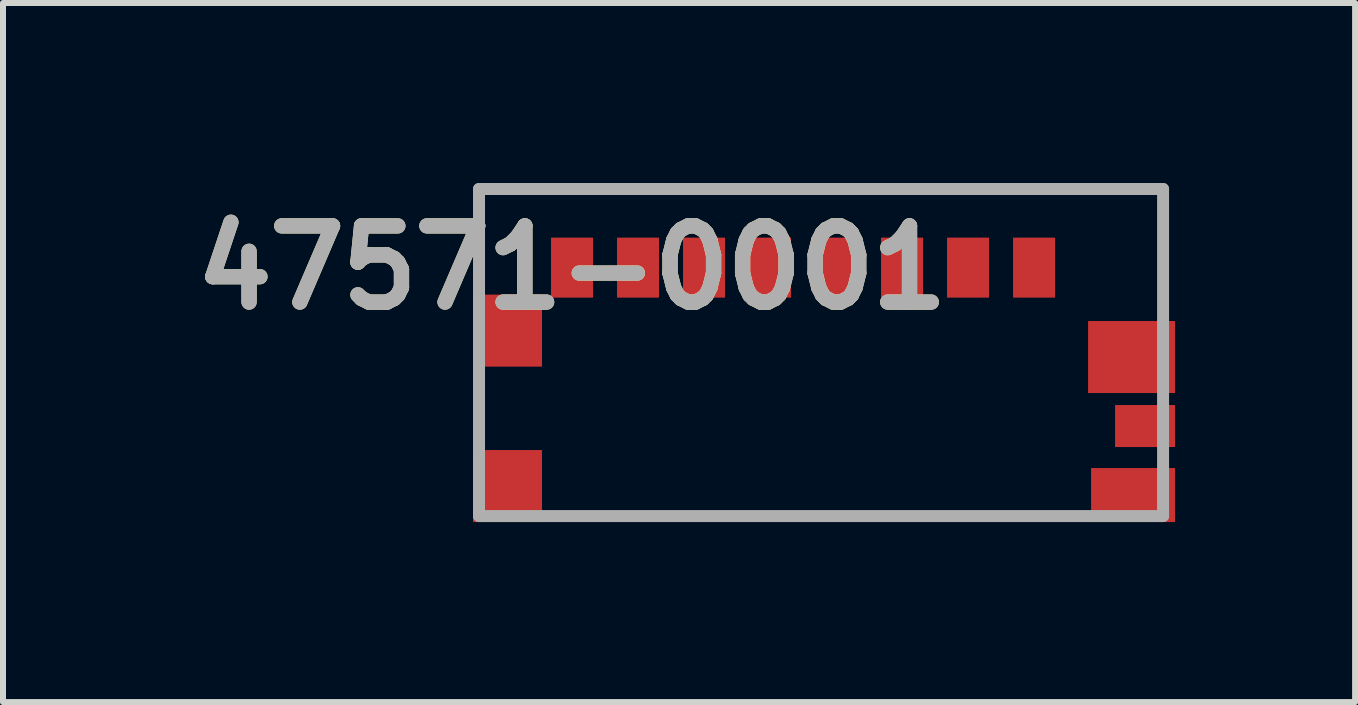
<source format=kicad_pcb>
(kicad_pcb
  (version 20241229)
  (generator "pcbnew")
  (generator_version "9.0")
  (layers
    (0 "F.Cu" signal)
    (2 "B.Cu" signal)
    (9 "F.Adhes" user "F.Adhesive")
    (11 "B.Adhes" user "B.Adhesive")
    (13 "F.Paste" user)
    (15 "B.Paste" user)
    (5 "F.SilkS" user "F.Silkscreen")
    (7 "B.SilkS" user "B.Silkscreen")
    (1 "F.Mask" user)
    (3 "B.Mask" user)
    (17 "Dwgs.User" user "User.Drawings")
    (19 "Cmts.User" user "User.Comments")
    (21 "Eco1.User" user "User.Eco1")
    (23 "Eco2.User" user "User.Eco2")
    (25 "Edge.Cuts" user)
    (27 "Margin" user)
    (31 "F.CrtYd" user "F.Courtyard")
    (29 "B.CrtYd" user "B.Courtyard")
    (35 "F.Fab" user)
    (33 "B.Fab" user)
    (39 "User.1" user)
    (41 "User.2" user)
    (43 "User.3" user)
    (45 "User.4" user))
  (footprint "47571-0001"
    (layer "F.Cu")
    (at 10.633 2.825)
    (property "Reference" "47571-0001" (at -4.15 -1.415 0) (layer "F.SilkS") (effects (font (size 1.27 1.27) (thickness 0.254))))
    (attr smd)
    (fp_line (start -5.7 -2.725) (end -5.7 -1.525) (stroke (width 0.1) (type solid)) (layer "F.SilkS"))
    (fp_line (start -5.7 -2.725) (end 5.7 -2.725) (stroke (width 0.1) (type solid)) (layer "F.SilkS"))
    (fp_line (start 3.9 2.725) (end -4.1 2.725) (stroke (width 0.1) (type solid)) (layer "F.SilkS"))
    (fp_line (start 5.7 -2.725) (end 5.7 -1.125) (stroke (width 0.1) (type solid)) (layer "F.SilkS"))
    (fp_line (start -5.7 -2.725) (end 5.7 -2.725) (stroke (width 0.2) (type solid)) (layer "F.Fab"))
    (fp_line (start -5.7 2.725) (end -5.7 -2.725) (stroke (width 0.2) (type solid)) (layer "F.Fab"))
    (fp_line (start 5.7 -2.725) (end 5.7 2.725) (stroke (width 0.2) (type solid)) (layer "F.Fab"))
    (fp_line (start 5.7 2.725) (end -5.7 2.725) (stroke (width 0.2) (type solid)) (layer "F.Fab"))
    (fp_text user "${REFERENCE}" (at -4.15 -1.415 0) (layer "F.Fab") (effects (font (size 1.27 1.27) (thickness 0.254))))
    (pad "1" smd rect (at -4.15 -1.415) (size 0.7 1) (layers "F.Cu" "F.Mask" "F.Paste"))
    (pad "2" smd rect (at -3.05 -1.415) (size 0.7 1) (layers "F.Cu" "F.Mask" "F.Paste"))
    (pad "3" smd rect (at -1.95 -1.415) (size 0.7 1) (layers "F.Cu" "F.Mask" "F.Paste"))
    (pad "4" smd rect (at -0.85 -1.415) (size 0.7 1) (layers "F.Cu" "F.Mask" "F.Paste"))
    (pad "5" smd rect (at 0.25 -1.415) (size 0.7 1) (layers "F.Cu" "F.Mask" "F.Paste"))
    (pad "6" smd rect (at 1.35 -1.415) (size 0.7 1) (layers "F.Cu" "F.Mask" "F.Paste"))
    (pad "7" smd rect (at 2.45 -1.415) (size 0.7 1) (layers "F.Cu" "F.Mask" "F.Paste"))
    (pad "8" smd rect (at 3.55 -1.415) (size 0.7 1) (layers "F.Cu" "F.Mask" "F.Paste"))
    (pad "9" smd rect (at -5.225 -0.365) (size 1.15 1.2) (layers "F.Cu" "F.Mask" "F.Paste"))
    (pad "10" smd rect (at -5.225 2.225) (size 1.15 1.2) (layers "F.Cu" "F.Mask" "F.Paste"))
    (pad "11" smd rect (at 5.175 0.075 90) (size 1.2 1.45) (layers "F.Cu" "F.Mask" "F.Paste"))
    (pad "12" smd rect (at 5.4 1.225 90) (size 0.7 1) (layers "F.Cu" "F.Mask" "F.Paste"))
    (pad "13" smd rect (at 5.2 2.375 90) (size 0.9 1.4) (layers "F.Cu" "F.Mask" "F.Paste")))
  (gr_rect
    (start -3 -3)
    (end 19.533 8.65)
    (stroke (width 0.1) (type default))
    (fill no)
    (layer "Edge.Cuts")))
</source>
